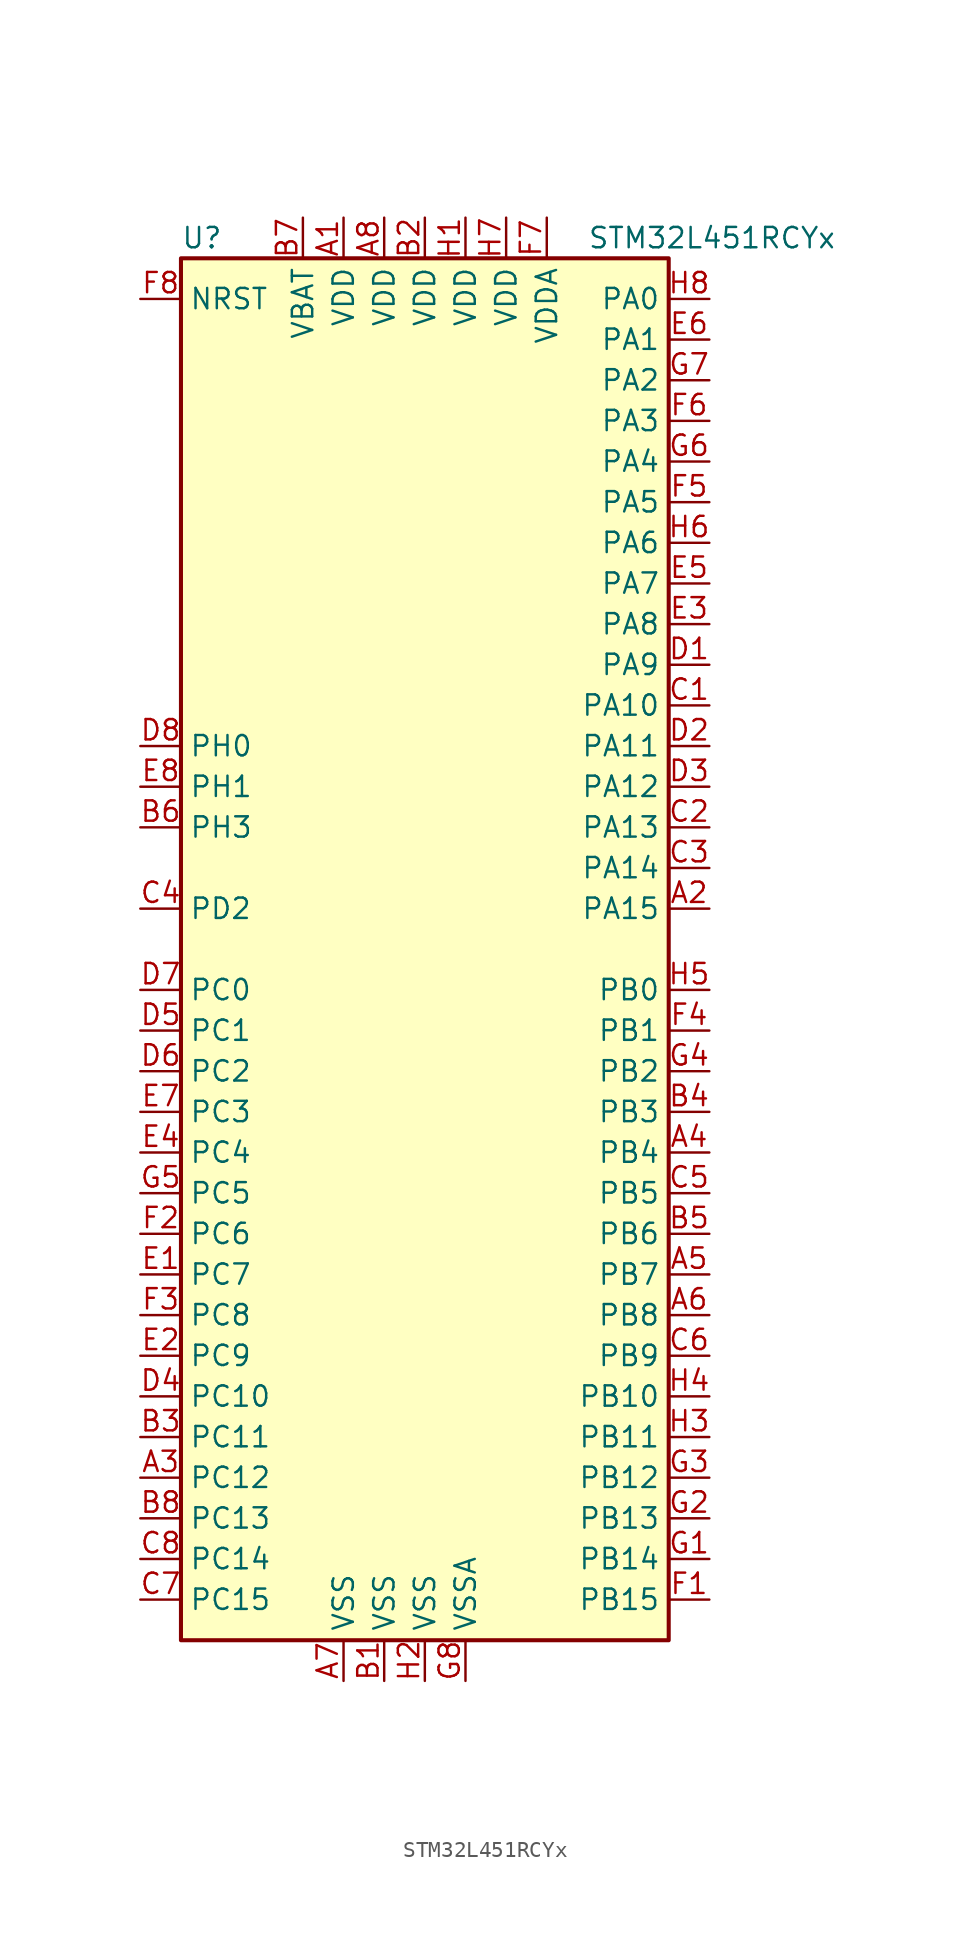
<source format=kicad_sym>
(kicad_symbol_lib
  (version 20201005)
  (generator kicad_symbol_editor)
  (symbol "MCU_ST_STM32L4:STM32L451RCYx"
    (property "Reference" "U"
      (at -15.24 44.45 0)
      (effects (font (size 1.27 1.27)) (justify left)))
    (property "Value" "STM32L451RCYx"
      (at 10.16 44.45 0)
      (effects (font (size 1.27 1.27)) (justify left)))
    (symbol "STM32L451RCYx_0_1"
      (rectangle (start -15.24 -43.18) (end 15.24 43.18) (stroke (width 0.254)) (fill (type background))))
    (symbol "STM32L451RCYx_1_1"
      (pin power_in line (at -5.08 45.72 270) (length 2.54) (name "VDD" (effects (font (size 1.27 1.27)))) (number "A1" (effects (font (size 1.27 1.27)))))
      (pin bidirectional line (at 17.78 2.54 180) (length 2.54) (name "PA15" (effects (font (size 1.27 1.27)))) (number "A2" (effects (font (size 1.27 1.27)))))
      (pin bidirectional line (at -17.78 -33.02 0) (length 2.54) (name "PC12" (effects (font (size 1.27 1.27)))) (number "A3" (effects (font (size 1.27 1.27)))))
      (pin bidirectional line (at 17.78 -12.7 180) (length 2.54) (name "PB4" (effects (font (size 1.27 1.27)))) (number "A4" (effects (font (size 1.27 1.27)))))
      (pin bidirectional line (at 17.78 -20.32 180) (length 2.54) (name "PB7" (effects (font (size 1.27 1.27)))) (number "A5" (effects (font (size 1.27 1.27)))))
      (pin bidirectional line (at 17.78 -22.86 180) (length 2.54) (name "PB8" (effects (font (size 1.27 1.27)))) (number "A6" (effects (font (size 1.27 1.27)))))
      (pin power_in line (at -5.08 -45.72 90) (length 2.54) (name "VSS" (effects (font (size 1.27 1.27)))) (number "A7" (effects (font (size 1.27 1.27)))))
      (pin power_in line (at -2.54 45.72 270) (length 2.54) (name "VDD" (effects (font (size 1.27 1.27)))) (number "A8" (effects (font (size 1.27 1.27)))))
      (pin power_in line (at -2.54 -45.72 90) (length 2.54) (name "VSS" (effects (font (size 1.27 1.27)))) (number "B1" (effects (font (size 1.27 1.27)))))
      (pin power_in line (at 0 45.72 270) (length 2.54) (name "VDD" (effects (font (size 1.27 1.27)))) (number "B2" (effects (font (size 1.27 1.27)))))
      (pin bidirectional line (at -17.78 -30.48 0) (length 2.54) (name "PC11" (effects (font (size 1.27 1.27)))) (number "B3" (effects (font (size 1.27 1.27)))))
      (pin bidirectional line (at 17.78 -10.16 180) (length 2.54) (name "PB3" (effects (font (size 1.27 1.27)))) (number "B4" (effects (font (size 1.27 1.27)))))
      (pin bidirectional line (at 17.78 -17.78 180) (length 2.54) (name "PB6" (effects (font (size 1.27 1.27)))) (number "B5" (effects (font (size 1.27 1.27)))))
      (pin bidirectional line (at -17.78 7.62 0) (length 2.54) (name "PH3" (effects (font (size 1.27 1.27)))) (number "B6" (effects (font (size 1.27 1.27)))))
      (pin power_in line (at -7.62 45.72 270) (length 2.54) (name "VBAT" (effects (font (size 1.27 1.27)))) (number "B7" (effects (font (size 1.27 1.27)))))
      (pin bidirectional line (at -17.78 -35.56 0) (length 2.54) (name "PC13" (effects (font (size 1.27 1.27)))) (number "B8" (effects (font (size 1.27 1.27)))))
      (pin bidirectional line (at 17.78 15.24 180) (length 2.54) (name "PA10" (effects (font (size 1.27 1.27)))) (number "C1" (effects (font (size 1.27 1.27)))))
      (pin bidirectional line (at 17.78 7.62 180) (length 2.54) (name "PA13" (effects (font (size 1.27 1.27)))) (number "C2" (effects (font (size 1.27 1.27)))))
      (pin bidirectional line (at 17.78 5.08 180) (length 2.54) (name "PA14" (effects (font (size 1.27 1.27)))) (number "C3" (effects (font (size 1.27 1.27)))))
      (pin bidirectional line (at -17.78 2.54 0) (length 2.54) (name "PD2" (effects (font (size 1.27 1.27)))) (number "C4" (effects (font (size 1.27 1.27)))))
      (pin bidirectional line (at 17.78 -15.24 180) (length 2.54) (name "PB5" (effects (font (size 1.27 1.27)))) (number "C5" (effects (font (size 1.27 1.27)))))
      (pin bidirectional line (at 17.78 -25.4 180) (length 2.54) (name "PB9" (effects (font (size 1.27 1.27)))) (number "C6" (effects (font (size 1.27 1.27)))))
      (pin bidirectional line (at -17.78 -40.64 0) (length 2.54) (name "PC15" (effects (font (size 1.27 1.27)))) (number "C7" (effects (font (size 1.27 1.27)))))
      (pin bidirectional line (at -17.78 -38.1 0) (length 2.54) (name "PC14" (effects (font (size 1.27 1.27)))) (number "C8" (effects (font (size 1.27 1.27)))))
      (pin bidirectional line (at 17.78 17.78 180) (length 2.54) (name "PA9" (effects (font (size 1.27 1.27)))) (number "D1" (effects (font (size 1.27 1.27)))))
      (pin bidirectional line (at 17.78 12.7 180) (length 2.54) (name "PA11" (effects (font (size 1.27 1.27)))) (number "D2" (effects (font (size 1.27 1.27)))))
      (pin bidirectional line (at 17.78 10.16 180) (length 2.54) (name "PA12" (effects (font (size 1.27 1.27)))) (number "D3" (effects (font (size 1.27 1.27)))))
      (pin bidirectional line (at -17.78 -27.94 0) (length 2.54) (name "PC10" (effects (font (size 1.27 1.27)))) (number "D4" (effects (font (size 1.27 1.27)))))
      (pin bidirectional line (at -17.78 -5.08 0) (length 2.54) (name "PC1" (effects (font (size 1.27 1.27)))) (number "D5" (effects (font (size 1.27 1.27)))))
      (pin bidirectional line (at -17.78 -7.62 0) (length 2.54) (name "PC2" (effects (font (size 1.27 1.27)))) (number "D6" (effects (font (size 1.27 1.27)))))
      (pin bidirectional line (at -17.78 -2.54 0) (length 2.54) (name "PC0" (effects (font (size 1.27 1.27)))) (number "D7" (effects (font (size 1.27 1.27)))))
      (pin input line (at -17.78 12.7 0) (length 2.54) (name "PH0" (effects (font (size 1.27 1.27)))) (number "D8" (effects (font (size 1.27 1.27)))))
      (pin bidirectional line (at -17.78 -20.32 0) (length 2.54) (name "PC7" (effects (font (size 1.27 1.27)))) (number "E1" (effects (font (size 1.27 1.27)))))
      (pin bidirectional line (at -17.78 -25.4 0) (length 2.54) (name "PC9" (effects (font (size 1.27 1.27)))) (number "E2" (effects (font (size 1.27 1.27)))))
      (pin bidirectional line (at 17.78 20.32 180) (length 2.54) (name "PA8" (effects (font (size 1.27 1.27)))) (number "E3" (effects (font (size 1.27 1.27)))))
      (pin bidirectional line (at -17.78 -12.7 0) (length 2.54) (name "PC4" (effects (font (size 1.27 1.27)))) (number "E4" (effects (font (size 1.27 1.27)))))
      (pin bidirectional line (at 17.78 22.86 180) (length 2.54) (name "PA7" (effects (font (size 1.27 1.27)))) (number "E5" (effects (font (size 1.27 1.27)))))
      (pin bidirectional line (at 17.78 38.1 180) (length 2.54) (name "PA1" (effects (font (size 1.27 1.27)))) (number "E6" (effects (font (size 1.27 1.27)))))
      (pin bidirectional line (at -17.78 -10.16 0) (length 2.54) (name "PC3" (effects (font (size 1.27 1.27)))) (number "E7" (effects (font (size 1.27 1.27)))))
      (pin input line (at -17.78 10.16 0) (length 2.54) (name "PH1" (effects (font (size 1.27 1.27)))) (number "E8" (effects (font (size 1.27 1.27)))))
      (pin bidirectional line (at 17.78 -40.64 180) (length 2.54) (name "PB15" (effects (font (size 1.27 1.27)))) (number "F1" (effects (font (size 1.27 1.27)))))
      (pin bidirectional line (at -17.78 -17.78 0) (length 2.54) (name "PC6" (effects (font (size 1.27 1.27)))) (number "F2" (effects (font (size 1.27 1.27)))))
      (pin bidirectional line (at -17.78 -22.86 0) (length 2.54) (name "PC8" (effects (font (size 1.27 1.27)))) (number "F3" (effects (font (size 1.27 1.27)))))
      (pin bidirectional line (at 17.78 -5.08 180) (length 2.54) (name "PB1" (effects (font (size 1.27 1.27)))) (number "F4" (effects (font (size 1.27 1.27)))))
      (pin bidirectional line (at 17.78 27.94 180) (length 2.54) (name "PA5" (effects (font (size 1.27 1.27)))) (number "F5" (effects (font (size 1.27 1.27)))))
      (pin bidirectional line (at 17.78 33.02 180) (length 2.54) (name "PA3" (effects (font (size 1.27 1.27)))) (number "F6" (effects (font (size 1.27 1.27)))))
      (pin power_in line (at 7.62 45.72 270) (length 2.54) (name "VDDA" (effects (font (size 1.27 1.27)))) (number "F7" (effects (font (size 1.27 1.27)))))
      (pin input line (at -17.78 40.64 0) (length 2.54) (name "NRST" (effects (font (size 1.27 1.27)))) (number "F8" (effects (font (size 1.27 1.27)))))
      (pin bidirectional line (at 17.78 -38.1 180) (length 2.54) (name "PB14" (effects (font (size 1.27 1.27)))) (number "G1" (effects (font (size 1.27 1.27)))))
      (pin bidirectional line (at 17.78 -35.56 180) (length 2.54) (name "PB13" (effects (font (size 1.27 1.27)))) (number "G2" (effects (font (size 1.27 1.27)))))
      (pin bidirectional line (at 17.78 -33.02 180) (length 2.54) (name "PB12" (effects (font (size 1.27 1.27)))) (number "G3" (effects (font (size 1.27 1.27)))))
      (pin bidirectional line (at 17.78 -7.62 180) (length 2.54) (name "PB2" (effects (font (size 1.27 1.27)))) (number "G4" (effects (font (size 1.27 1.27)))))
      (pin bidirectional line (at -17.78 -15.24 0) (length 2.54) (name "PC5" (effects (font (size 1.27 1.27)))) (number "G5" (effects (font (size 1.27 1.27)))))
      (pin bidirectional line (at 17.78 30.48 180) (length 2.54) (name "PA4" (effects (font (size 1.27 1.27)))) (number "G6" (effects (font (size 1.27 1.27)))))
      (pin bidirectional line (at 17.78 35.56 180) (length 2.54) (name "PA2" (effects (font (size 1.27 1.27)))) (number "G7" (effects (font (size 1.27 1.27)))))
      (pin power_in line (at 2.54 -45.72 90) (length 2.54) (name "VSSA" (effects (font (size 1.27 1.27)))) (number "G8" (effects (font (size 1.27 1.27)))))
      (pin power_in line (at 2.54 45.72 270) (length 2.54) (name "VDD" (effects (font (size 1.27 1.27)))) (number "H1" (effects (font (size 1.27 1.27)))))
      (pin power_in line (at 0 -45.72 90) (length 2.54) (name "VSS" (effects (font (size 1.27 1.27)))) (number "H2" (effects (font (size 1.27 1.27)))))
      (pin bidirectional line (at 17.78 -30.48 180) (length 2.54) (name "PB11" (effects (font (size 1.27 1.27)))) (number "H3" (effects (font (size 1.27 1.27)))))
      (pin bidirectional line (at 17.78 -27.94 180) (length 2.54) (name "PB10" (effects (font (size 1.27 1.27)))) (number "H4" (effects (font (size 1.27 1.27)))))
      (pin bidirectional line (at 17.78 -2.54 180) (length 2.54) (name "PB0" (effects (font (size 1.27 1.27)))) (number "H5" (effects (font (size 1.27 1.27)))))
      (pin bidirectional line (at 17.78 25.4 180) (length 2.54) (name "PA6" (effects (font (size 1.27 1.27)))) (number "H6" (effects (font (size 1.27 1.27)))))
      (pin power_in line (at 5.08 45.72 270) (length 2.54) (name "VDD" (effects (font (size 1.27 1.27)))) (number "H7" (effects (font (size 1.27 1.27)))))
      (pin bidirectional line (at 17.78 40.64 180) (length 2.54) (name "PA0" (effects (font (size 1.27 1.27)))) (number "H8" (effects (font (size 1.27 1.27))))))))
</source>
